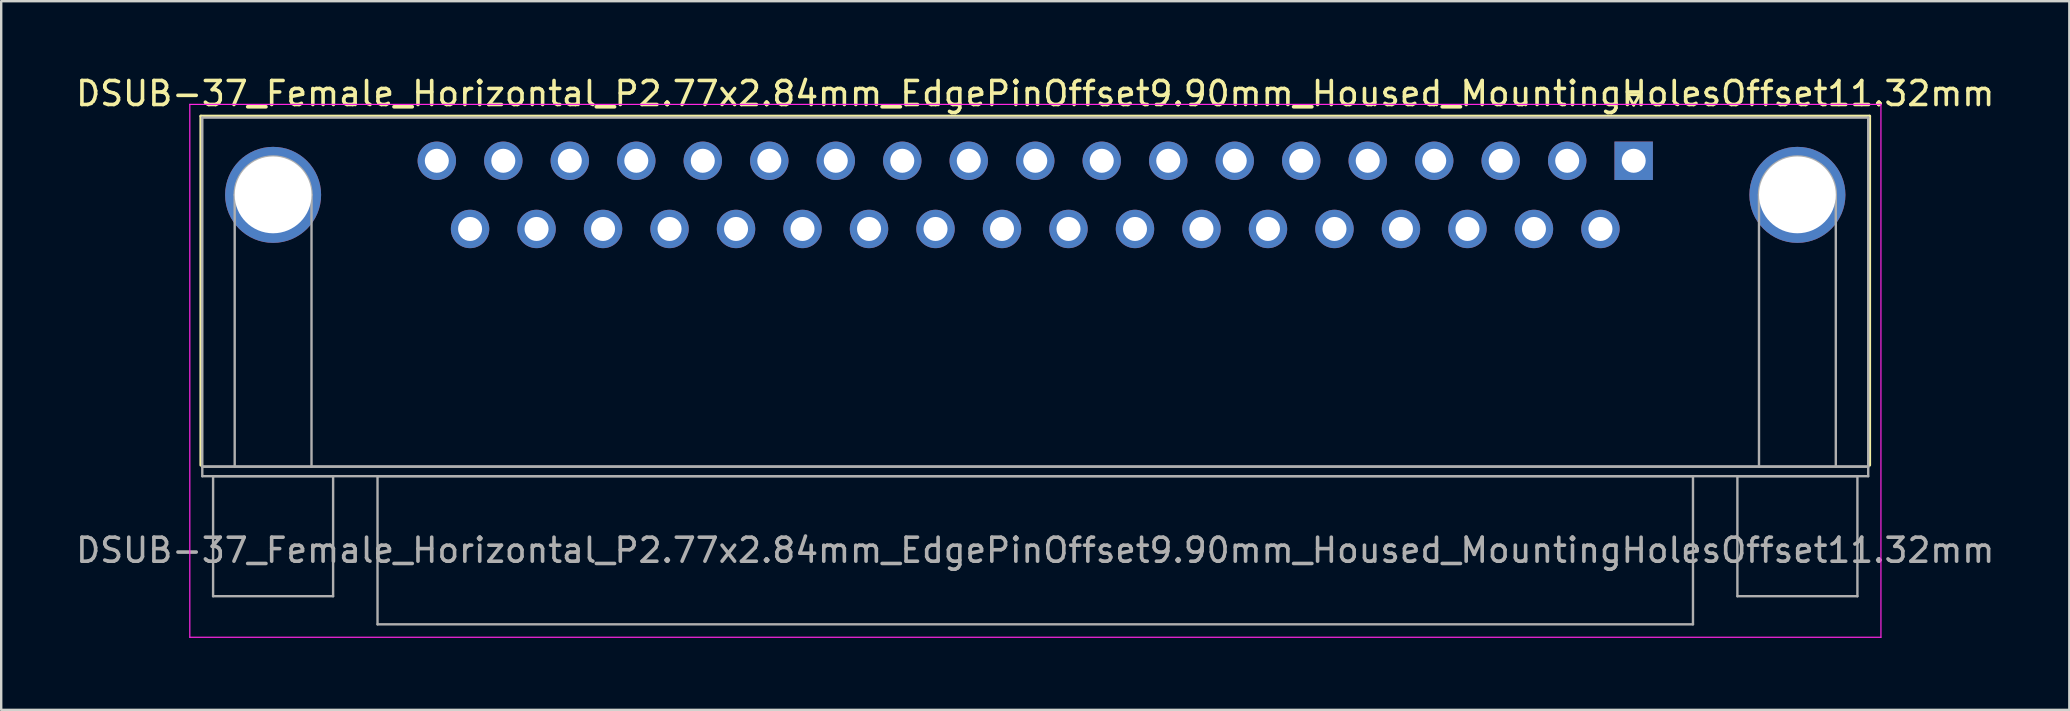
<source format=kicad_pcb>
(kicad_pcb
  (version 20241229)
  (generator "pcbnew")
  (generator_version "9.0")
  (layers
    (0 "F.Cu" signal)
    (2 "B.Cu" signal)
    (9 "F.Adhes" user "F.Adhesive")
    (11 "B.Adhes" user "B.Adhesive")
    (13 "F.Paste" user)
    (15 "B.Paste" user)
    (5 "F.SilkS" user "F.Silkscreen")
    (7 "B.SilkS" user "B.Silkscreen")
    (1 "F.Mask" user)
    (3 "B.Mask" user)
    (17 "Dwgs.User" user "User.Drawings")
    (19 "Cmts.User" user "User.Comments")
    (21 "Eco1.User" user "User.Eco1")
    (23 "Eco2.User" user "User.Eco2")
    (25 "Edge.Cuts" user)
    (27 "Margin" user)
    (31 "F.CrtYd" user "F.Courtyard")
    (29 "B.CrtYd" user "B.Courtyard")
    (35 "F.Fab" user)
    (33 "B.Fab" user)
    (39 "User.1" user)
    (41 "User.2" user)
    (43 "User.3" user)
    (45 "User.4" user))
  (footprint "DSUB-37_Female_Horizontal_P2.77x2.84mm_EdgePinOffset9.90mm_Housed_MountingHolesOffset11.32mm"
    (layer "F.Cu")
    (at 65.007 3.648)
    (property "Reference" "DSUB-37_Female_Horizontal_P2.77x2.84mm_EdgePinOffset9.90mm_Housed_MountingHolesOffset11.32mm" (at -24.93 -2.8 0) (layer "F.SilkS") (effects (font (size 1 1) (thickness 0.15))))
    (attr through_hole)
    (fp_line (start -59.69 -1.86) (end 9.83 -1.86) (stroke (width 0.12) (type solid)) (layer "F.SilkS"))
    (fp_line (start -59.69 12.68) (end -59.69 -1.86) (stroke (width 0.12) (type solid)) (layer "F.SilkS"))
    (fp_line (start -0.25 -2.754) (end 0.25 -2.754) (stroke (width 0.12) (type solid)) (layer "F.SilkS"))
    (fp_line (start 0 -2.321) (end -0.25 -2.754) (stroke (width 0.12) (type solid)) (layer "F.SilkS"))
    (fp_line (start 0.25 -2.754) (end 0 -2.321) (stroke (width 0.12) (type solid)) (layer "F.SilkS"))
    (fp_line (start 9.83 -1.86) (end 9.83 12.68) (stroke (width 0.12) (type solid)) (layer "F.SilkS"))
    (fp_line (start -60.15 -2.35) (end -60.15 19.85) (stroke (width 0.05) (type solid)) (layer "F.CrtYd"))
    (fp_line (start -60.15 19.85) (end 10.3 19.85) (stroke (width 0.05) (type solid)) (layer "F.CrtYd"))
    (fp_line (start 10.3 -2.35) (end -60.15 -2.35) (stroke (width 0.05) (type solid)) (layer "F.CrtYd"))
    (fp_line (start 10.3 19.85) (end 10.3 -2.35) (stroke (width 0.05) (type solid)) (layer "F.CrtYd"))
    (fp_line (start -59.63 -1.8) (end -59.63 12.74) (stroke (width 0.1) (type solid)) (layer "F.Fab"))
    (fp_line (start -59.63 12.74) (end -59.63 13.14) (stroke (width 0.1) (type solid)) (layer "F.Fab"))
    (fp_line (start -59.63 12.74) (end 9.77 12.74) (stroke (width 0.1) (type solid)) (layer "F.Fab"))
    (fp_line (start -59.63 13.14) (end 9.77 13.14) (stroke (width 0.1) (type solid)) (layer "F.Fab"))
    (fp_line (start -59.18 13.14) (end -59.18 18.14) (stroke (width 0.1) (type solid)) (layer "F.Fab"))
    (fp_line (start -59.18 18.14) (end -54.18 18.14) (stroke (width 0.1) (type solid)) (layer "F.Fab"))
    (fp_line (start -58.28 12.74) (end -58.28 1.42) (stroke (width 0.1) (type solid)) (layer "F.Fab"))
    (fp_line (start -55.08 12.74) (end -55.08 1.42) (stroke (width 0.1) (type solid)) (layer "F.Fab"))
    (fp_line (start -54.18 13.14) (end -59.18 13.14) (stroke (width 0.1) (type solid)) (layer "F.Fab"))
    (fp_line (start -54.18 18.14) (end -54.18 13.14) (stroke (width 0.1) (type solid)) (layer "F.Fab"))
    (fp_line (start -52.33 13.14) (end -52.33 19.31) (stroke (width 0.1) (type solid)) (layer "F.Fab"))
    (fp_line (start -52.33 19.31) (end 2.47 19.31) (stroke (width 0.1) (type solid)) (layer "F.Fab"))
    (fp_line (start 2.47 13.14) (end -52.33 13.14) (stroke (width 0.1) (type solid)) (layer "F.Fab"))
    (fp_line (start 2.47 19.31) (end 2.47 13.14) (stroke (width 0.1) (type solid)) (layer "F.Fab"))
    (fp_line (start 4.32 13.14) (end 4.32 18.14) (stroke (width 0.1) (type solid)) (layer "F.Fab"))
    (fp_line (start 4.32 18.14) (end 9.32 18.14) (stroke (width 0.1) (type solid)) (layer "F.Fab"))
    (fp_line (start 5.22 12.74) (end 5.22 1.42) (stroke (width 0.1) (type solid)) (layer "F.Fab"))
    (fp_line (start 8.42 12.74) (end 8.42 1.42) (stroke (width 0.1) (type solid)) (layer "F.Fab"))
    (fp_line (start 9.32 13.14) (end 4.32 13.14) (stroke (width 0.1) (type solid)) (layer "F.Fab"))
    (fp_line (start 9.32 18.14) (end 9.32 13.14) (stroke (width 0.1) (type solid)) (layer "F.Fab"))
    (fp_line (start 9.77 -1.8) (end -59.63 -1.8) (stroke (width 0.1) (type solid)) (layer "F.Fab"))
    (fp_line (start 9.77 12.74) (end -59.63 12.74) (stroke (width 0.1) (type solid)) (layer "F.Fab"))
    (fp_line (start 9.77 12.74) (end 9.77 -1.8) (stroke (width 0.1) (type solid)) (layer "F.Fab"))
    (fp_line (start 9.77 13.14) (end 9.77 12.74) (stroke (width 0.1) (type solid)) (layer "F.Fab"))
    (fp_arc (start -58.28 1.42) (mid -56.68 -0.18) (end -55.08 1.42) (stroke (width 0.1) (type solid)) (layer "F.Fab"))
    (fp_arc (start 5.22 1.42) (mid 6.82 -0.18) (end 8.42 1.42) (stroke (width 0.1) (type solid)) (layer "F.Fab"))
    (fp_text user "${REFERENCE}" (at -24.93 16.225 0) (layer "F.Fab") (effects (font (size 1 1) (thickness 0.15))))
    (pad "0" thru_hole circle (at -56.68 1.42) (size 4 4) (drill 3.2) (layers "*.Cu" "*.Mask"))
    (pad "0" thru_hole circle (at 6.82 1.42) (size 4 4) (drill 3.2) (layers "*.Cu" "*.Mask"))
    (pad "1" thru_hole rect (at 0 0) (size 1.6 1.6) (drill 1) (layers "*.Cu" "*.Mask"))
    (pad "2" thru_hole circle (at -2.77 0) (size 1.6 1.6) (drill 1) (layers "*.Cu" "*.Mask"))
    (pad "3" thru_hole circle (at -5.54 0) (size 1.6 1.6) (drill 1) (layers "*.Cu" "*.Mask"))
    (pad "4" thru_hole circle (at -8.31 0) (size 1.6 1.6) (drill 1) (layers "*.Cu" "*.Mask"))
    (pad "5" thru_hole circle (at -11.08 0) (size 1.6 1.6) (drill 1) (layers "*.Cu" "*.Mask"))
    (pad "6" thru_hole circle (at -13.85 0) (size 1.6 1.6) (drill 1) (layers "*.Cu" "*.Mask"))
    (pad "7" thru_hole circle (at -16.62 0) (size 1.6 1.6) (drill 1) (layers "*.Cu" "*.Mask"))
    (pad "8" thru_hole circle (at -19.39 0) (size 1.6 1.6) (drill 1) (layers "*.Cu" "*.Mask"))
    (pad "9" thru_hole circle (at -22.16 0) (size 1.6 1.6) (drill 1) (layers "*.Cu" "*.Mask"))
    (pad "10" thru_hole circle (at -24.93 0) (size 1.6 1.6) (drill 1) (layers "*.Cu" "*.Mask"))
    (pad "11" thru_hole circle (at -27.7 0) (size 1.6 1.6) (drill 1) (layers "*.Cu" "*.Mask"))
    (pad "12" thru_hole circle (at -30.47 0) (size 1.6 1.6) (drill 1) (layers "*.Cu" "*.Mask"))
    (pad "13" thru_hole circle (at -33.24 0) (size 1.6 1.6) (drill 1) (layers "*.Cu" "*.Mask"))
    (pad "14" thru_hole circle (at -36.01 0) (size 1.6 1.6) (drill 1) (layers "*.Cu" "*.Mask"))
    (pad "15" thru_hole circle (at -38.78 0) (size 1.6 1.6) (drill 1) (layers "*.Cu" "*.Mask"))
    (pad "16" thru_hole circle (at -41.55 0) (size 1.6 1.6) (drill 1) (layers "*.Cu" "*.Mask"))
    (pad "17" thru_hole circle (at -44.32 0) (size 1.6 1.6) (drill 1) (layers "*.Cu" "*.Mask"))
    (pad "18" thru_hole circle (at -47.09 0) (size 1.6 1.6) (drill 1) (layers "*.Cu" "*.Mask"))
    (pad "19" thru_hole circle (at -49.86 0) (size 1.6 1.6) (drill 1) (layers "*.Cu" "*.Mask"))
    (pad "20" thru_hole circle (at -1.385 2.84) (size 1.6 1.6) (drill 1) (layers "*.Cu" "*.Mask"))
    (pad "21" thru_hole circle (at -4.155 2.84) (size 1.6 1.6) (drill 1) (layers "*.Cu" "*.Mask"))
    (pad "22" thru_hole circle (at -6.925 2.84) (size 1.6 1.6) (drill 1) (layers "*.Cu" "*.Mask"))
    (pad "23" thru_hole circle (at -9.695 2.84) (size 1.6 1.6) (drill 1) (layers "*.Cu" "*.Mask"))
    (pad "24" thru_hole circle (at -12.465 2.84) (size 1.6 1.6) (drill 1) (layers "*.Cu" "*.Mask"))
    (pad "25" thru_hole circle (at -15.235 2.84) (size 1.6 1.6) (drill 1) (layers "*.Cu" "*.Mask"))
    (pad "26" thru_hole circle (at -18.005 2.84) (size 1.6 1.6) (drill 1) (layers "*.Cu" "*.Mask"))
    (pad "27" thru_hole circle (at -20.775 2.84) (size 1.6 1.6) (drill 1) (layers "*.Cu" "*.Mask"))
    (pad "28" thru_hole circle (at -23.545 2.84) (size 1.6 1.6) (drill 1) (layers "*.Cu" "*.Mask"))
    (pad "29" thru_hole circle (at -26.315 2.84) (size 1.6 1.6) (drill 1) (layers "*.Cu" "*.Mask"))
    (pad "30" thru_hole circle (at -29.085 2.84) (size 1.6 1.6) (drill 1) (layers "*.Cu" "*.Mask"))
    (pad "31" thru_hole circle (at -31.855 2.84) (size 1.6 1.6) (drill 1) (layers "*.Cu" "*.Mask"))
    (pad "32" thru_hole circle (at -34.625 2.84) (size 1.6 1.6) (drill 1) (layers "*.Cu" "*.Mask"))
    (pad "33" thru_hole circle (at -37.395 2.84) (size 1.6 1.6) (drill 1) (layers "*.Cu" "*.Mask"))
    (pad "34" thru_hole circle (at -40.165 2.84) (size 1.6 1.6) (drill 1) (layers "*.Cu" "*.Mask"))
    (pad "35" thru_hole circle (at -42.935 2.84) (size 1.6 1.6) (drill 1) (layers "*.Cu" "*.Mask"))
    (pad "36" thru_hole circle (at -45.705 2.84) (size 1.6 1.6) (drill 1) (layers "*.Cu" "*.Mask"))
    (pad "37" thru_hole circle (at -48.475 2.84) (size 1.6 1.6) (drill 1) (layers "*.Cu" "*.Mask")))
  (gr_rect
    (start -3 -3)
    (end 83.155 26.523)
    (stroke (width 0.1) (type default))
    (fill no)
    (layer "Edge.Cuts")))
</source>
